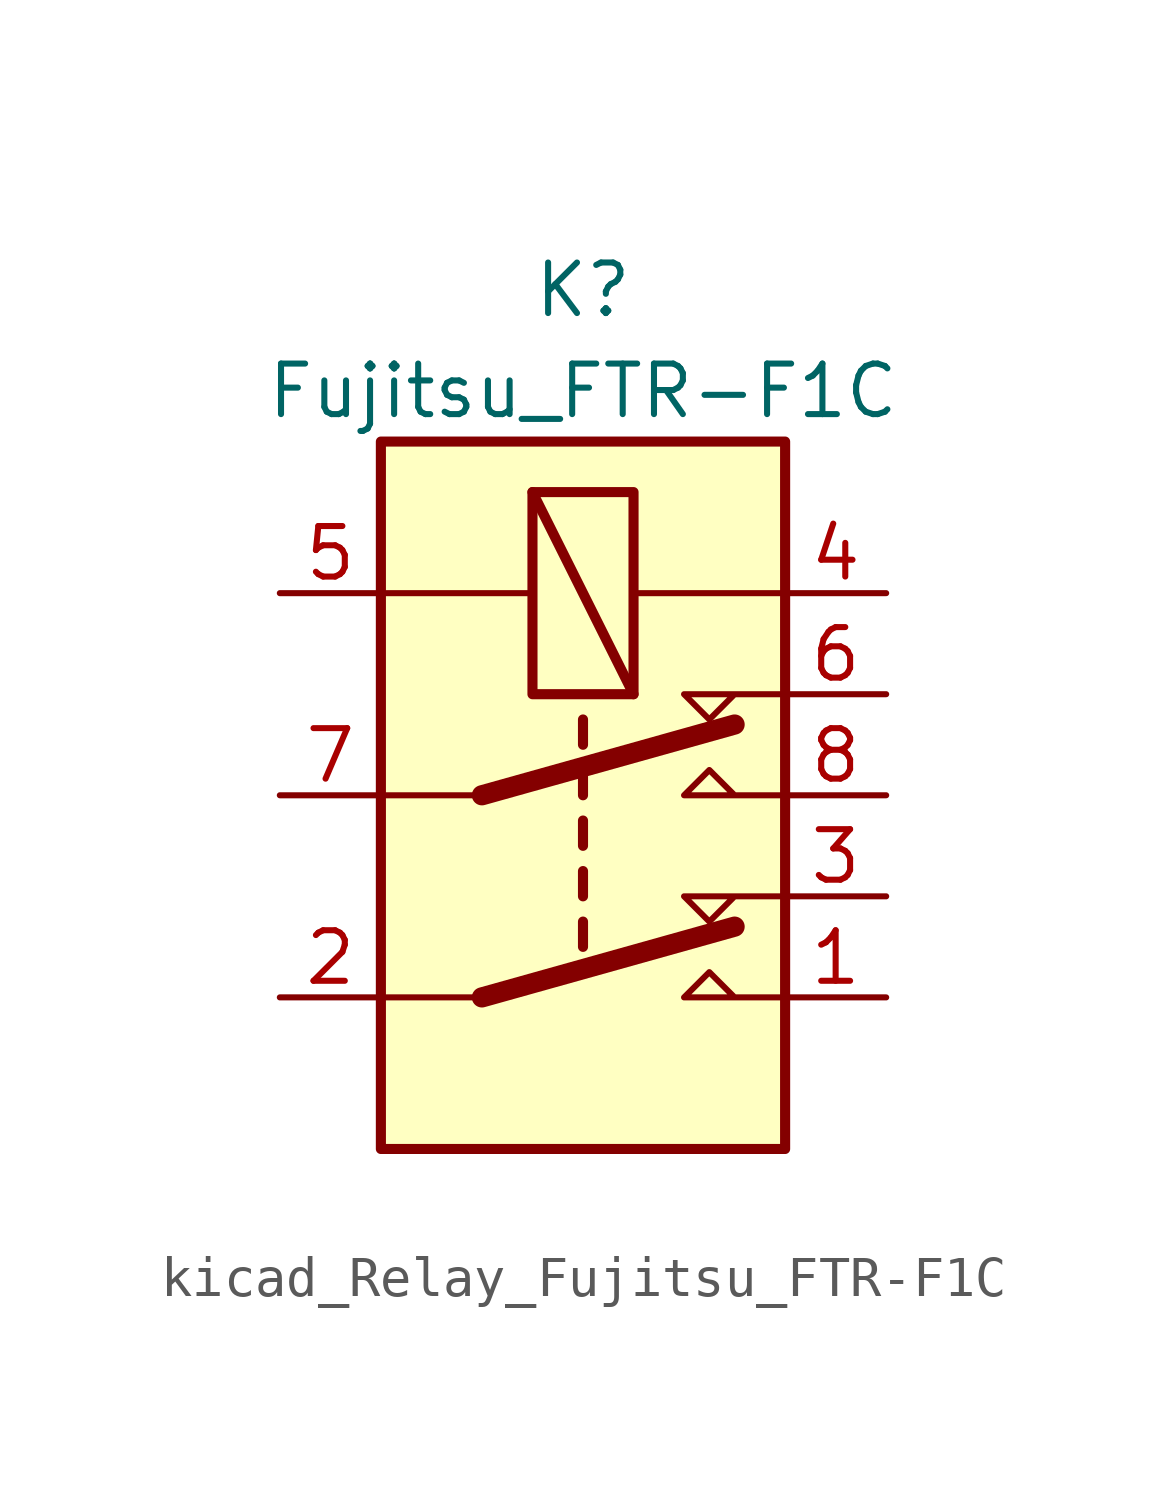
<source format=kicad_sym>
(kicad_symbol_lib
  (version 20220914)
  (generator kicad_symbol_editor)
  (symbol "kicad_Relay_Fujitsu_FTR-F1C"
    (property "Reference" "K"
      (at 0 12.7 0)
      (effects (font (size 1.27 1.27))))
    (property "Value" "Fujitsu_FTR-F1C"
      (at 0 10.16 0)
      (effects (font (size 1.27 1.27))))
    (symbol "kicad_Relay_Fujitsu_FTR-F1C_0_1"
      (rectangle (start -1.27 7.62) (end 1.27 2.54) (stroke (width 0.254) (type default)) (fill (type background)))
      (polyline (pts (xy -1.27 7.62) (xy 1.27 2.54)) (stroke (width 0.254) (type default)) (fill (type none)))
      (polyline (pts (xy 5.08 -2.54) (xy 2.54 -2.54) (xy 3.175 -3.175) (xy 3.81 -2.54)) (stroke (width 0) (type default)) (fill (type none)))
      (polyline (pts (xy 5.08 2.54) (xy 2.54 2.54) (xy 3.175 1.905) (xy 3.81 2.54)) (stroke (width 0) (type default)) (fill (type none))))
    (symbol "kicad_Relay_Fujitsu_FTR-F1C_1_1"
      (polyline (pts (xy -2.54 -5.08) (xy -5.08 -5.08)) (stroke (width 0) (type default)) (fill (type none)))
      (polyline (pts (xy -2.54 -5.08) (xy 3.81 -3.302)) (stroke (width 0.508) (type default)) (fill (type none)))
      (polyline (pts (xy -2.54 0) (xy -5.08 0)) (stroke (width 0) (type default)) (fill (type none)))
      (polyline (pts (xy -2.54 0) (xy 3.81 1.778)) (stroke (width 0.508) (type default)) (fill (type none)))
      (polyline (pts (xy 0 -3.175) (xy 0 -3.81)) (stroke (width 0.254) (type default)) (fill (type none)))
      (polyline (pts (xy 0 -1.905) (xy 0 -2.54)) (stroke (width 0.254) (type default)) (fill (type none)))
      (polyline (pts (xy 0 -0.635) (xy 0 -1.27)) (stroke (width 0.254) (type default)) (fill (type none)))
      (polyline (pts (xy 0 0.635) (xy 0 0)) (stroke (width 0.254) (type default)) (fill (type none)))
      (polyline (pts (xy 0 1.905) (xy 0 1.27)) (stroke (width 0.254) (type default)) (fill (type none)))
      (polyline (pts (xy 5.08 5.08) (xy 1.27 5.08)) (stroke (width 0) (type default)) (fill (type none)))
      (polyline (pts (xy -5.08 5.08) (xy -1.27 5.08) (xy -1.524 5.08)) (stroke (width 0) (type default)) (fill (type none)))
      (polyline (pts (xy 5.08 -5.08) (xy 2.54 -5.08) (xy 3.175 -4.445) (xy 3.81 -5.08)) (stroke (width 0) (type default)) (fill (type none)))
      (polyline (pts (xy 5.08 0) (xy 2.54 0) (xy 3.175 0.635) (xy 3.81 0)) (stroke (width 0) (type default)) (fill (type none)))
      (rectangle (start 5.08 8.89) (end -5.08 -8.89) (stroke (width 0.254) (type default)) (fill (type background)))
      (pin passive line (at 7.62 -5.08 180) (length 2.54) (name "~" (effects (font (size 1.27 1.27)))) (number "1" (effects (font (size 1.27 1.27)))))
      (pin passive line (at -7.62 -5.08 0) (length 2.54) (name "~" (effects (font (size 1.27 1.27)))) (number "2" (effects (font (size 1.27 1.27)))))
      (pin passive line (at 7.62 -2.54 180) (length 2.54) (name "~" (effects (font (size 1.27 1.27)))) (number "3" (effects (font (size 1.27 1.27)))))
      (pin passive line (at 7.62 5.08 180) (length 2.54) (name "~" (effects (font (size 1.27 1.27)))) (number "4" (effects (font (size 1.27 1.27)))))
      (pin passive line (at -7.62 5.08 0) (length 2.54) (name "~" (effects (font (size 1.27 1.27)))) (number "5" (effects (font (size 1.27 1.27)))))
      (pin passive line (at 7.62 2.54 180) (length 2.54) (name "~" (effects (font (size 1.27 1.27)))) (number "6" (effects (font (size 1.27 1.27)))))
      (pin passive line (at -7.62 0 0) (length 2.54) (name "~" (effects (font (size 1.27 1.27)))) (number "7" (effects (font (size 1.27 1.27)))))
      (pin passive line (at 7.62 0 180) (length 2.54) (name "~" (effects (font (size 1.27 1.27)))) (number "8" (effects (font (size 1.27 1.27))))))))
</source>
